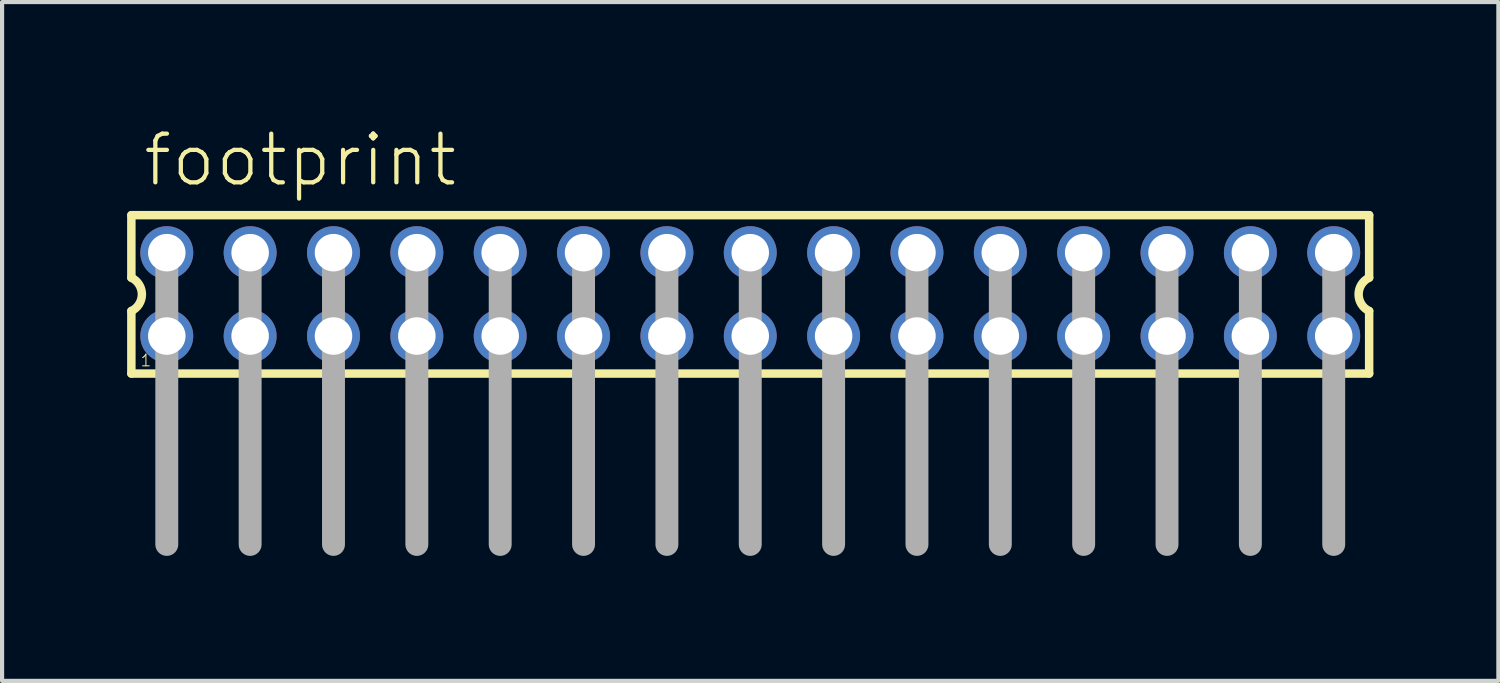
<source format=kicad_pcb>
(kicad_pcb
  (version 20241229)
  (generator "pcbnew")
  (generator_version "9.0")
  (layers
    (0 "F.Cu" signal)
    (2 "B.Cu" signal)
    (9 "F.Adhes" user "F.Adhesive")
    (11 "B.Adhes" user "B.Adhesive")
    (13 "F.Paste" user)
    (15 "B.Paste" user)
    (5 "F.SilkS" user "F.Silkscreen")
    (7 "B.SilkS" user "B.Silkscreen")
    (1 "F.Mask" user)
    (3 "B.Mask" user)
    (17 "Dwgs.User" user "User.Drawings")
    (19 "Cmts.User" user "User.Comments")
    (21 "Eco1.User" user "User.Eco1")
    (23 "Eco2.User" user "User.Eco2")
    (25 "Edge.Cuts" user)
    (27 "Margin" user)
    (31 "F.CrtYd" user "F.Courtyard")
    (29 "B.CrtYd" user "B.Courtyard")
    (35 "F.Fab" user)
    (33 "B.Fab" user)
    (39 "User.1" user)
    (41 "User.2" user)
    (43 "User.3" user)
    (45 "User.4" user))
  (footprint "footprint"
    (layer "F.Cu")
    (at 14.952 4.013)
    (property "Reference" "footprint" (at -14.62 -2.54 0) (layer "F.SilkS") (effects (font (size 1.168 1.168) (thickness 0.102)) (justify left bottom)))
    (fp_line (start -14.85 -1.9) (end -14.85 -0.4) (stroke (width 0.203) (type solid)) (layer "F.SilkS"))
    (fp_line (start -14.85 0.4) (end -14.85 1.9) (stroke (width 0.203) (type solid)) (layer "F.SilkS"))
    (fp_line (start -14.85 1.9) (end 14.85 1.9) (stroke (width 0.203) (type solid)) (layer "F.SilkS"))
    (fp_line (start 14.85 -1.9) (end -14.85 -1.9) (stroke (width 0.203) (type solid)) (layer "F.SilkS"))
    (fp_line (start 14.85 -0.4) (end 14.85 -1.9) (stroke (width 0.203) (type solid)) (layer "F.SilkS"))
    (fp_line (start 14.85 1.9) (end 14.85 0.4) (stroke (width 0.203) (type solid)) (layer "F.SilkS"))
    (fp_arc (start -14.85 -0.4) (mid -14.597167 0) (end -14.85 0.4) (stroke (width 0.2032) (type solid)) (layer "F.SilkS"))
    (fp_arc (start 14.85 0.4) (mid 14.597167 0) (end 14.85 -0.4) (stroke (width 0.2032) (type solid)) (layer "F.SilkS"))
    (fp_line (start -14 -1) (end -14 6) (stroke (width 0.55) (type solid)) (layer "F.Fab"))
    (fp_line (start -12 -1) (end -12 6) (stroke (width 0.55) (type solid)) (layer "F.Fab"))
    (fp_line (start -10 -1) (end -10 6) (stroke (width 0.55) (type solid)) (layer "F.Fab"))
    (fp_line (start -8 -1) (end -8 6) (stroke (width 0.55) (type solid)) (layer "F.Fab"))
    (fp_line (start -6 -1) (end -6 6) (stroke (width 0.55) (type solid)) (layer "F.Fab"))
    (fp_line (start -4 -1) (end -4 6) (stroke (width 0.55) (type solid)) (layer "F.Fab"))
    (fp_line (start -2 -1) (end -2 6) (stroke (width 0.55) (type solid)) (layer "F.Fab"))
    (fp_line (start 0 -1) (end 0 6) (stroke (width 0.55) (type solid)) (layer "F.Fab"))
    (fp_line (start 2 -1) (end 2 6) (stroke (width 0.55) (type solid)) (layer "F.Fab"))
    (fp_line (start 4 -1) (end 4 6) (stroke (width 0.55) (type solid)) (layer "F.Fab"))
    (fp_line (start 6 -1) (end 6 6) (stroke (width 0.55) (type solid)) (layer "F.Fab"))
    (fp_line (start 8 -1) (end 8 6) (stroke (width 0.55) (type solid)) (layer "F.Fab"))
    (fp_line (start 10 -1) (end 10 6) (stroke (width 0.55) (type solid)) (layer "F.Fab"))
    (fp_line (start 12 -1) (end 12 6) (stroke (width 0.55) (type solid)) (layer "F.Fab"))
    (fp_line (start 14 -1) (end 14 6) (stroke (width 0.55) (type solid)) (layer "F.Fab"))
    (fp_poly (pts (xy -14.25 -0.75) (xy -13.75 -0.75) (xy -13.75 -1.25) (xy -14.25 -1.25)) (stroke (width 0.1) (type solid)) (fill no) (layer "F.Fab"))
    (fp_poly (pts (xy -14.25 1.25) (xy -13.75 1.25) (xy -13.75 0.75) (xy -14.25 0.75)) (stroke (width 0.1) (type solid)) (fill no) (layer "F.Fab"))
    (fp_poly (pts (xy -12.25 -0.75) (xy -11.75 -0.75) (xy -11.75 -1.25) (xy -12.25 -1.25)) (stroke (width 0.1) (type solid)) (fill no) (layer "F.Fab"))
    (fp_poly (pts (xy -12.25 1.25) (xy -11.75 1.25) (xy -11.75 0.75) (xy -12.25 0.75)) (stroke (width 0.1) (type solid)) (fill no) (layer "F.Fab"))
    (fp_poly (pts (xy -10.25 -0.75) (xy -9.75 -0.75) (xy -9.75 -1.25) (xy -10.25 -1.25)) (stroke (width 0.1) (type solid)) (fill no) (layer "F.Fab"))
    (fp_poly (pts (xy -10.25 1.25) (xy -9.75 1.25) (xy -9.75 0.75) (xy -10.25 0.75)) (stroke (width 0.1) (type solid)) (fill no) (layer "F.Fab"))
    (fp_poly (pts (xy -8.25 -0.75) (xy -7.75 -0.75) (xy -7.75 -1.25) (xy -8.25 -1.25)) (stroke (width 0.1) (type solid)) (fill no) (layer "F.Fab"))
    (fp_poly (pts (xy -8.25 1.25) (xy -7.75 1.25) (xy -7.75 0.75) (xy -8.25 0.75)) (stroke (width 0.1) (type solid)) (fill no) (layer "F.Fab"))
    (fp_poly (pts (xy -6.25 -0.75) (xy -5.75 -0.75) (xy -5.75 -1.25) (xy -6.25 -1.25)) (stroke (width 0.1) (type solid)) (fill no) (layer "F.Fab"))
    (fp_poly (pts (xy -6.25 1.25) (xy -5.75 1.25) (xy -5.75 0.75) (xy -6.25 0.75)) (stroke (width 0.1) (type solid)) (fill no) (layer "F.Fab"))
    (fp_poly (pts (xy -4.25 -0.75) (xy -3.75 -0.75) (xy -3.75 -1.25) (xy -4.25 -1.25)) (stroke (width 0.1) (type solid)) (fill no) (layer "F.Fab"))
    (fp_poly (pts (xy -4.25 1.25) (xy -3.75 1.25) (xy -3.75 0.75) (xy -4.25 0.75)) (stroke (width 0.1) (type solid)) (fill no) (layer "F.Fab"))
    (fp_poly (pts (xy -2.25 -0.75) (xy -1.75 -0.75) (xy -1.75 -1.25) (xy -2.25 -1.25)) (stroke (width 0.1) (type solid)) (fill no) (layer "F.Fab"))
    (fp_poly (pts (xy -2.25 1.25) (xy -1.75 1.25) (xy -1.75 0.75) (xy -2.25 0.75)) (stroke (width 0.1) (type solid)) (fill no) (layer "F.Fab"))
    (fp_poly (pts (xy -0.25 -0.75) (xy 0.25 -0.75) (xy 0.25 -1.25) (xy -0.25 -1.25)) (stroke (width 0.1) (type solid)) (fill no) (layer "F.Fab"))
    (fp_poly (pts (xy -0.25 1.25) (xy 0.25 1.25) (xy 0.25 0.75) (xy -0.25 0.75)) (stroke (width 0.1) (type solid)) (fill no) (layer "F.Fab"))
    (fp_poly (pts (xy 1.75 -0.75) (xy 2.25 -0.75) (xy 2.25 -1.25) (xy 1.75 -1.25)) (stroke (width 0.1) (type solid)) (fill no) (layer "F.Fab"))
    (fp_poly (pts (xy 1.75 1.25) (xy 2.25 1.25) (xy 2.25 0.75) (xy 1.75 0.75)) (stroke (width 0.1) (type solid)) (fill no) (layer "F.Fab"))
    (fp_poly (pts (xy 3.75 -0.75) (xy 4.25 -0.75) (xy 4.25 -1.25) (xy 3.75 -1.25)) (stroke (width 0.1) (type solid)) (fill no) (layer "F.Fab"))
    (fp_poly (pts (xy 3.75 1.25) (xy 4.25 1.25) (xy 4.25 0.75) (xy 3.75 0.75)) (stroke (width 0.1) (type solid)) (fill no) (layer "F.Fab"))
    (fp_poly (pts (xy 5.75 -0.75) (xy 6.25 -0.75) (xy 6.25 -1.25) (xy 5.75 -1.25)) (stroke (width 0.1) (type solid)) (fill no) (layer "F.Fab"))
    (fp_poly (pts (xy 5.75 1.25) (xy 6.25 1.25) (xy 6.25 0.75) (xy 5.75 0.75)) (stroke (width 0.1) (type solid)) (fill no) (layer "F.Fab"))
    (fp_poly (pts (xy 7.75 -0.75) (xy 8.25 -0.75) (xy 8.25 -1.25) (xy 7.75 -1.25)) (stroke (width 0.1) (type solid)) (fill no) (layer "F.Fab"))
    (fp_poly (pts (xy 7.75 1.25) (xy 8.25 1.25) (xy 8.25 0.75) (xy 7.75 0.75)) (stroke (width 0.1) (type solid)) (fill no) (layer "F.Fab"))
    (fp_poly (pts (xy 9.75 -0.75) (xy 10.25 -0.75) (xy 10.25 -1.25) (xy 9.75 -1.25)) (stroke (width 0.1) (type solid)) (fill no) (layer "F.Fab"))
    (fp_poly (pts (xy 9.75 1.25) (xy 10.25 1.25) (xy 10.25 0.75) (xy 9.75 0.75)) (stroke (width 0.1) (type solid)) (fill no) (layer "F.Fab"))
    (fp_poly (pts (xy 11.75 -0.75) (xy 12.25 -0.75) (xy 12.25 -1.25) (xy 11.75 -1.25)) (stroke (width 0.1) (type solid)) (fill no) (layer "F.Fab"))
    (fp_poly (pts (xy 11.75 1.25) (xy 12.25 1.25) (xy 12.25 0.75) (xy 11.75 0.75)) (stroke (width 0.1) (type solid)) (fill no) (layer "F.Fab"))
    (fp_poly (pts (xy 13.75 -0.75) (xy 14.25 -0.75) (xy 14.25 -1.25) (xy 13.75 -1.25)) (stroke (width 0.1) (type solid)) (fill no) (layer "F.Fab"))
    (fp_poly (pts (xy 13.75 1.25) (xy 14.25 1.25) (xy 14.25 0.75) (xy 13.75 0.75)) (stroke (width 0.1) (type solid)) (fill no) (layer "F.Fab"))
    (fp_text user "1" (at -14.65 1.75 0) (layer "F.SilkS") (effects (font (size 0.28 0.28) (thickness 0.024)) (justify left bottom)))
    (pad "1" thru_hole circle (at -14 1) (size 1.27 1.27) (drill 0.9) (layers "*.Cu" "*.Mask"))
    (pad "2" thru_hole circle (at -14 -1) (size 1.27 1.27) (drill 0.9) (layers "*.Cu" "*.Mask"))
    (pad "3" thru_hole circle (at -12 1) (size 1.27 1.27) (drill 0.9) (layers "*.Cu" "*.Mask"))
    (pad "4" thru_hole circle (at -12 -1) (size 1.27 1.27) (drill 0.9) (layers "*.Cu" "*.Mask"))
    (pad "5" thru_hole circle (at -10 1) (size 1.27 1.27) (drill 0.9) (layers "*.Cu" "*.Mask"))
    (pad "6" thru_hole circle (at -10 -1) (size 1.27 1.27) (drill 0.9) (layers "*.Cu" "*.Mask"))
    (pad "7" thru_hole circle (at -8 1) (size 1.27 1.27) (drill 0.9) (layers "*.Cu" "*.Mask"))
    (pad "8" thru_hole circle (at -8 -1) (size 1.27 1.27) (drill 0.9) (layers "*.Cu" "*.Mask"))
    (pad "9" thru_hole circle (at -6 1) (size 1.27 1.27) (drill 0.9) (layers "*.Cu" "*.Mask"))
    (pad "10" thru_hole circle (at -6 -1) (size 1.27 1.27) (drill 0.9) (layers "*.Cu" "*.Mask"))
    (pad "11" thru_hole circle (at -4 1) (size 1.27 1.27) (drill 0.9) (layers "*.Cu" "*.Mask"))
    (pad "12" thru_hole circle (at -4 -1) (size 1.27 1.27) (drill 0.9) (layers "*.Cu" "*.Mask"))
    (pad "13" thru_hole circle (at -2 1) (size 1.27 1.27) (drill 0.9) (layers "*.Cu" "*.Mask"))
    (pad "14" thru_hole circle (at -2 -1) (size 1.27 1.27) (drill 0.9) (layers "*.Cu" "*.Mask"))
    (pad "15" thru_hole circle (at 0 1) (size 1.27 1.27) (drill 0.9) (layers "*.Cu" "*.Mask"))
    (pad "16" thru_hole circle (at 0 -1) (size 1.27 1.27) (drill 0.9) (layers "*.Cu" "*.Mask"))
    (pad "17" thru_hole circle (at 2 1) (size 1.27 1.27) (drill 0.9) (layers "*.Cu" "*.Mask"))
    (pad "18" thru_hole circle (at 2 -1) (size 1.27 1.27) (drill 0.9) (layers "*.Cu" "*.Mask"))
    (pad "19" thru_hole circle (at 4 1) (size 1.27 1.27) (drill 0.9) (layers "*.Cu" "*.Mask"))
    (pad "20" thru_hole circle (at 4 -1) (size 1.27 1.27) (drill 0.9) (layers "*.Cu" "*.Mask"))
    (pad "21" thru_hole circle (at 6 1) (size 1.27 1.27) (drill 0.9) (layers "*.Cu" "*.Mask"))
    (pad "22" thru_hole circle (at 6 -1) (size 1.27 1.27) (drill 0.9) (layers "*.Cu" "*.Mask"))
    (pad "23" thru_hole circle (at 8 1) (size 1.27 1.27) (drill 0.9) (layers "*.Cu" "*.Mask"))
    (pad "24" thru_hole circle (at 8 -1) (size 1.27 1.27) (drill 0.9) (layers "*.Cu" "*.Mask"))
    (pad "25" thru_hole circle (at 10 1) (size 1.27 1.27) (drill 0.9) (layers "*.Cu" "*.Mask"))
    (pad "26" thru_hole circle (at 10 -1) (size 1.27 1.27) (drill 0.9) (layers "*.Cu" "*.Mask"))
    (pad "27" thru_hole circle (at 12 1) (size 1.27 1.27) (drill 0.9) (layers "*.Cu" "*.Mask"))
    (pad "28" thru_hole circle (at 12 -1) (size 1.27 1.27) (drill 0.9) (layers "*.Cu" "*.Mask"))
    (pad "29" thru_hole circle (at 14 1) (size 1.27 1.27) (drill 0.9) (layers "*.Cu" "*.Mask"))
    (pad "30" thru_hole circle (at 14 -1) (size 1.27 1.27) (drill 0.9) (layers "*.Cu" "*.Mask")))
  (gr_rect
    (start -3 -3)
    (end 32.903 13.288)
    (stroke (width 0.1) (type default))
    (fill no)
    (layer "Edge.Cuts")))
</source>
